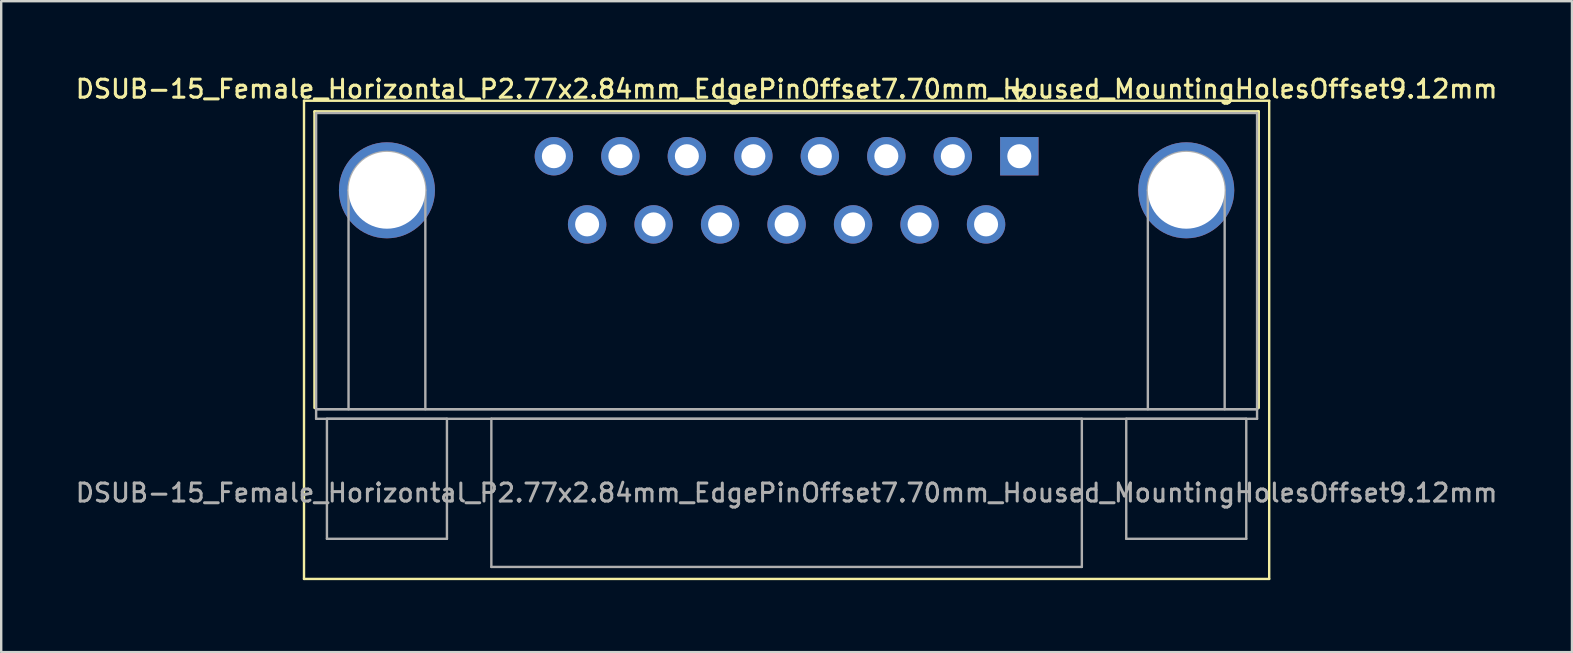
<source format=kicad_pcb>
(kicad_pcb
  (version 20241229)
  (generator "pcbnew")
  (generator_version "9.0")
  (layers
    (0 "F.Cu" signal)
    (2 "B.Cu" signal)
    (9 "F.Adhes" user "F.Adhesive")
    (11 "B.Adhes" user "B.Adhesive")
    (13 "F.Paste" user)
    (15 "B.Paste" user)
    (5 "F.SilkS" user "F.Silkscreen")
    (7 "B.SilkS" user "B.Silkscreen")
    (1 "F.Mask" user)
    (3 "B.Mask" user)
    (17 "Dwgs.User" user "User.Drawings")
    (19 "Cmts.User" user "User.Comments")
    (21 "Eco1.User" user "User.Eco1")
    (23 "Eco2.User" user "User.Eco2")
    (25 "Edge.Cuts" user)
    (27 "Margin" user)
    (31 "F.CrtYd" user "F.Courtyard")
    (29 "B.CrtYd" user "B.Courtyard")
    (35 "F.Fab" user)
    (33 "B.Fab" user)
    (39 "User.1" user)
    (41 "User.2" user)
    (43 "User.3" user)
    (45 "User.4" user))
  (footprint "DSUB-15_Female_Horizontal_P2.77x2.84mm_EdgePinOffset7.70mm_Housed_MountingHolesOffset9.12mm"
    (layer "F.Cu")
    (at 39.415 3.458)
    (property "Reference" "DSUB-15_Female_Horizontal_P2.77x2.84mm_EdgePinOffset7.70mm_Housed_MountingHolesOffset9.12mm" (at -9.695 -2.8 0) (layer "F.SilkS") (effects (font (size 0.75 0.75) (thickness 0.125))))
    (attr through_hole)
    (fp_line (start -29.8 -2.31) (end -29.8 17.61) (stroke (width 0.1) (type solid)) (layer "F.SilkS"))
    (fp_line (start -29.8 17.61) (end 10.41 17.61) (stroke (width 0.1) (type solid)) (layer "F.SilkS"))
    (fp_line (start -29.355 -1.86) (end 9.965 -1.86) (stroke (width 0.12) (type solid)) (layer "F.SilkS"))
    (fp_line (start -29.355 10.48) (end -29.355 -1.86) (stroke (width 0.12) (type solid)) (layer "F.SilkS"))
    (fp_line (start -0.25 -2.754) (end 0.25 -2.754) (stroke (width 0.12) (type solid)) (layer "F.SilkS"))
    (fp_line (start 0 -2.321) (end -0.25 -2.754) (stroke (width 0.12) (type solid)) (layer "F.SilkS"))
    (fp_line (start 0.25 -2.754) (end 0 -2.321) (stroke (width 0.12) (type solid)) (layer "F.SilkS"))
    (fp_line (start 9.965 -1.86) (end 9.965 10.48) (stroke (width 0.12) (type solid)) (layer "F.SilkS"))
    (fp_line (start 10.41 -2.31) (end -29.8 -2.31) (stroke (width 0.1) (type solid)) (layer "F.SilkS"))
    (fp_line (start 10.41 17.61) (end 10.41 -2.31) (stroke (width 0.1) (type solid)) (layer "F.SilkS"))
    (fp_line (start -29.295 -1.8) (end -29.295 10.54) (stroke (width 0.1) (type solid)) (layer "F.Fab"))
    (fp_line (start -29.295 10.54) (end -29.295 10.94) (stroke (width 0.1) (type solid)) (layer "F.Fab"))
    (fp_line (start -29.295 10.54) (end 9.905 10.54) (stroke (width 0.1) (type solid)) (layer "F.Fab"))
    (fp_line (start -29.295 10.94) (end 9.905 10.94) (stroke (width 0.1) (type solid)) (layer "F.Fab"))
    (fp_line (start -28.845 10.94) (end -28.845 15.94) (stroke (width 0.1) (type solid)) (layer "F.Fab"))
    (fp_line (start -28.845 15.94) (end -23.845 15.94) (stroke (width 0.1) (type solid)) (layer "F.Fab"))
    (fp_line (start -27.945 10.54) (end -27.945 1.42) (stroke (width 0.1) (type solid)) (layer "F.Fab"))
    (fp_line (start -24.745 10.54) (end -24.745 1.42) (stroke (width 0.1) (type solid)) (layer "F.Fab"))
    (fp_line (start -23.845 10.94) (end -28.845 10.94) (stroke (width 0.1) (type solid)) (layer "F.Fab"))
    (fp_line (start -23.845 15.94) (end -23.845 10.94) (stroke (width 0.1) (type solid)) (layer "F.Fab"))
    (fp_line (start -21.995 10.94) (end -21.995 17.11) (stroke (width 0.1) (type solid)) (layer "F.Fab"))
    (fp_line (start -21.995 17.11) (end 2.605 17.11) (stroke (width 0.1) (type solid)) (layer "F.Fab"))
    (fp_line (start 2.605 10.94) (end -21.995 10.94) (stroke (width 0.1) (type solid)) (layer "F.Fab"))
    (fp_line (start 2.605 17.11) (end 2.605 10.94) (stroke (width 0.1) (type solid)) (layer "F.Fab"))
    (fp_line (start 4.455 10.94) (end 4.455 15.94) (stroke (width 0.1) (type solid)) (layer "F.Fab"))
    (fp_line (start 4.455 15.94) (end 9.455 15.94) (stroke (width 0.1) (type solid)) (layer "F.Fab"))
    (fp_line (start 5.355 10.54) (end 5.355 1.42) (stroke (width 0.1) (type solid)) (layer "F.Fab"))
    (fp_line (start 8.555 10.54) (end 8.555 1.42) (stroke (width 0.1) (type solid)) (layer "F.Fab"))
    (fp_line (start 9.455 10.94) (end 4.455 10.94) (stroke (width 0.1) (type solid)) (layer "F.Fab"))
    (fp_line (start 9.455 15.94) (end 9.455 10.94) (stroke (width 0.1) (type solid)) (layer "F.Fab"))
    (fp_line (start 9.905 -1.8) (end -29.295 -1.8) (stroke (width 0.1) (type solid)) (layer "F.Fab"))
    (fp_line (start 9.905 10.54) (end -29.295 10.54) (stroke (width 0.1) (type solid)) (layer "F.Fab"))
    (fp_line (start 9.905 10.54) (end 9.905 -1.8) (stroke (width 0.1) (type solid)) (layer "F.Fab"))
    (fp_line (start 9.905 10.94) (end 9.905 10.54) (stroke (width 0.1) (type solid)) (layer "F.Fab"))
    (fp_arc (start -27.945 1.42) (mid -26.345 -0.18) (end -24.745 1.42) (stroke (width 0.1) (type solid)) (layer "F.Fab"))
    (fp_arc (start 5.355 1.42) (mid 6.955 -0.18) (end 8.555 1.42) (stroke (width 0.1) (type solid)) (layer "F.Fab"))
    (fp_text user "${REFERENCE}" (at -9.695 14.025 0) (layer "F.Fab") (effects (font (size 0.75 0.75) (thickness 0.125))))
    (pad "0" thru_hole circle (at -26.345 1.42) (size 4 4) (drill 3.2) (layers "*.Cu" "*.Mask"))
    (pad "0" thru_hole circle (at 6.955 1.42) (size 4 4) (drill 3.2) (layers "*.Cu" "*.Mask"))
    (pad "1" thru_hole rect (at 0 0) (size 1.6 1.6) (drill 1) (layers "*.Cu" "*.Mask"))
    (pad "2" thru_hole circle (at -2.77 0) (size 1.6 1.6) (drill 1) (layers "*.Cu" "*.Mask"))
    (pad "3" thru_hole circle (at -5.54 0) (size 1.6 1.6) (drill 1) (layers "*.Cu" "*.Mask"))
    (pad "4" thru_hole circle (at -8.31 0) (size 1.6 1.6) (drill 1) (layers "*.Cu" "*.Mask"))
    (pad "5" thru_hole circle (at -11.08 0) (size 1.6 1.6) (drill 1) (layers "*.Cu" "*.Mask"))
    (pad "6" thru_hole circle (at -13.85 0) (size 1.6 1.6) (drill 1) (layers "*.Cu" "*.Mask"))
    (pad "7" thru_hole circle (at -16.62 0) (size 1.6 1.6) (drill 1) (layers "*.Cu" "*.Mask"))
    (pad "8" thru_hole circle (at -19.39 0) (size 1.6 1.6) (drill 1) (layers "*.Cu" "*.Mask"))
    (pad "9" thru_hole circle (at -1.385 2.84) (size 1.6 1.6) (drill 1) (layers "*.Cu" "*.Mask"))
    (pad "10" thru_hole circle (at -4.155 2.84) (size 1.6 1.6) (drill 1) (layers "*.Cu" "*.Mask"))
    (pad "11" thru_hole circle (at -6.925 2.84) (size 1.6 1.6) (drill 1) (layers "*.Cu" "*.Mask"))
    (pad "12" thru_hole circle (at -9.695 2.84) (size 1.6 1.6) (drill 1) (layers "*.Cu" "*.Mask"))
    (pad "13" thru_hole circle (at -12.465 2.84) (size 1.6 1.6) (drill 1) (layers "*.Cu" "*.Mask"))
    (pad "14" thru_hole circle (at -15.235 2.84) (size 1.6 1.6) (drill 1) (layers "*.Cu" "*.Mask"))
    (pad "15" thru_hole circle (at -18.005 2.84) (size 1.6 1.6) (drill 1) (layers "*.Cu" "*.Mask")))
  (gr_rect
    (start -3 -3)
    (end 62.439 24.118)
    (stroke (width 0.1) (type default))
    (fill no)
    (layer "Edge.Cuts")))
</source>
